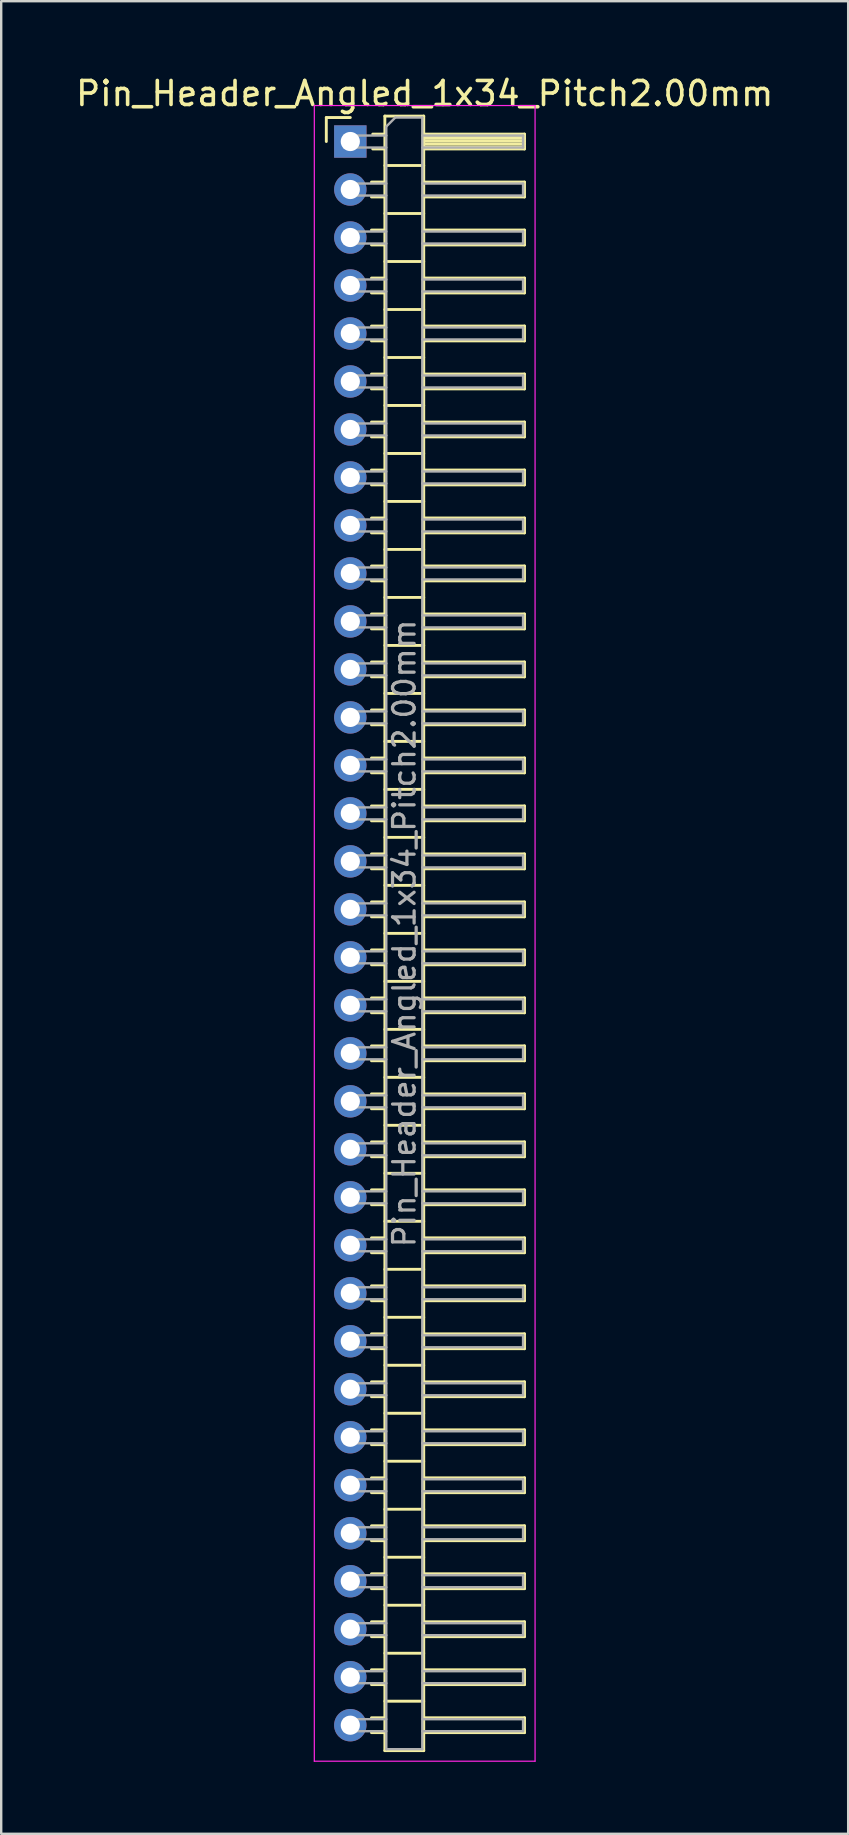
<source format=kicad_pcb>
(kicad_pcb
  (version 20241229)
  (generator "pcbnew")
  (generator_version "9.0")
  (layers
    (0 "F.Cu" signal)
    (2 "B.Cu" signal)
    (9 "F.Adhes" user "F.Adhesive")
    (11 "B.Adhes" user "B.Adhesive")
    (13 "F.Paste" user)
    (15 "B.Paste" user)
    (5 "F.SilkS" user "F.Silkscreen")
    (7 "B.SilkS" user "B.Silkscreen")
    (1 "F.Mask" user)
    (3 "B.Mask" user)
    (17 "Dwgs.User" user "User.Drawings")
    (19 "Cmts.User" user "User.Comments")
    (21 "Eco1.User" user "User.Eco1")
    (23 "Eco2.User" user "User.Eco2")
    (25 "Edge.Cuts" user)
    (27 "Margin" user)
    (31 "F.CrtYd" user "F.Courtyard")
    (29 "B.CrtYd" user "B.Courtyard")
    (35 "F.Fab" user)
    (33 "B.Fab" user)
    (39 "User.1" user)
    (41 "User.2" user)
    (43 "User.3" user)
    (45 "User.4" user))
  (footprint "Pin_Header_Angled_1x34_Pitch2.00mm"
    (layer "F.Cu")
    (at 11.549 2.848)
    (property "Reference" "Pin_Header_Angled_1x34_Pitch2.00mm" (at 3.1 -2 0) (layer "F.SilkS") (effects (font (size 1 1) (thickness 0.15))))
    (attr through_hole)
    (fp_line (start -1 -1) (end 0 -1) (stroke (width 0.12) (type solid)) (layer "F.SilkS"))
    (fp_line (start -1 0) (end -1 -1) (stroke (width 0.12) (type solid)) (layer "F.SilkS"))
    (fp_line (start 0.882 1.69) (end 1.44 1.69) (stroke (width 0.12) (type solid)) (layer "F.SilkS"))
    (fp_line (start 0.882 2.31) (end 1.44 2.31) (stroke (width 0.12) (type solid)) (layer "F.SilkS"))
    (fp_line (start 0.882 3.69) (end 1.44 3.69) (stroke (width 0.12) (type solid)) (layer "F.SilkS"))
    (fp_line (start 0.882 4.31) (end 1.44 4.31) (stroke (width 0.12) (type solid)) (layer "F.SilkS"))
    (fp_line (start 0.882 5.69) (end 1.44 5.69) (stroke (width 0.12) (type solid)) (layer "F.SilkS"))
    (fp_line (start 0.882 6.31) (end 1.44 6.31) (stroke (width 0.12) (type solid)) (layer "F.SilkS"))
    (fp_line (start 0.882 7.69) (end 1.44 7.69) (stroke (width 0.12) (type solid)) (layer "F.SilkS"))
    (fp_line (start 0.882 8.31) (end 1.44 8.31) (stroke (width 0.12) (type solid)) (layer "F.SilkS"))
    (fp_line (start 0.882 9.69) (end 1.44 9.69) (stroke (width 0.12) (type solid)) (layer "F.SilkS"))
    (fp_line (start 0.882 10.31) (end 1.44 10.31) (stroke (width 0.12) (type solid)) (layer "F.SilkS"))
    (fp_line (start 0.882 11.69) (end 1.44 11.69) (stroke (width 0.12) (type solid)) (layer "F.SilkS"))
    (fp_line (start 0.882 12.31) (end 1.44 12.31) (stroke (width 0.12) (type solid)) (layer "F.SilkS"))
    (fp_line (start 0.882 13.69) (end 1.44 13.69) (stroke (width 0.12) (type solid)) (layer "F.SilkS"))
    (fp_line (start 0.882 14.31) (end 1.44 14.31) (stroke (width 0.12) (type solid)) (layer "F.SilkS"))
    (fp_line (start 0.882 15.69) (end 1.44 15.69) (stroke (width 0.12) (type solid)) (layer "F.SilkS"))
    (fp_line (start 0.882 16.31) (end 1.44 16.31) (stroke (width 0.12) (type solid)) (layer "F.SilkS"))
    (fp_line (start 0.882 17.69) (end 1.44 17.69) (stroke (width 0.12) (type solid)) (layer "F.SilkS"))
    (fp_line (start 0.882 18.31) (end 1.44 18.31) (stroke (width 0.12) (type solid)) (layer "F.SilkS"))
    (fp_line (start 0.882 19.69) (end 1.44 19.69) (stroke (width 0.12) (type solid)) (layer "F.SilkS"))
    (fp_line (start 0.882 20.31) (end 1.44 20.31) (stroke (width 0.12) (type solid)) (layer "F.SilkS"))
    (fp_line (start 0.882 21.69) (end 1.44 21.69) (stroke (width 0.12) (type solid)) (layer "F.SilkS"))
    (fp_line (start 0.882 22.31) (end 1.44 22.31) (stroke (width 0.12) (type solid)) (layer "F.SilkS"))
    (fp_line (start 0.882 23.69) (end 1.44 23.69) (stroke (width 0.12) (type solid)) (layer "F.SilkS"))
    (fp_line (start 0.882 24.31) (end 1.44 24.31) (stroke (width 0.12) (type solid)) (layer "F.SilkS"))
    (fp_line (start 0.882 25.69) (end 1.44 25.69) (stroke (width 0.12) (type solid)) (layer "F.SilkS"))
    (fp_line (start 0.882 26.31) (end 1.44 26.31) (stroke (width 0.12) (type solid)) (layer "F.SilkS"))
    (fp_line (start 0.882 27.69) (end 1.44 27.69) (stroke (width 0.12) (type solid)) (layer "F.SilkS"))
    (fp_line (start 0.882 28.31) (end 1.44 28.31) (stroke (width 0.12) (type solid)) (layer "F.SilkS"))
    (fp_line (start 0.882 29.69) (end 1.44 29.69) (stroke (width 0.12) (type solid)) (layer "F.SilkS"))
    (fp_line (start 0.882 30.31) (end 1.44 30.31) (stroke (width 0.12) (type solid)) (layer "F.SilkS"))
    (fp_line (start 0.882 31.69) (end 1.44 31.69) (stroke (width 0.12) (type solid)) (layer "F.SilkS"))
    (fp_line (start 0.882 32.31) (end 1.44 32.31) (stroke (width 0.12) (type solid)) (layer "F.SilkS"))
    (fp_line (start 0.882 33.69) (end 1.44 33.69) (stroke (width 0.12) (type solid)) (layer "F.SilkS"))
    (fp_line (start 0.882 34.31) (end 1.44 34.31) (stroke (width 0.12) (type solid)) (layer "F.SilkS"))
    (fp_line (start 0.882 35.69) (end 1.44 35.69) (stroke (width 0.12) (type solid)) (layer "F.SilkS"))
    (fp_line (start 0.882 36.31) (end 1.44 36.31) (stroke (width 0.12) (type solid)) (layer "F.SilkS"))
    (fp_line (start 0.882 37.69) (end 1.44 37.69) (stroke (width 0.12) (type solid)) (layer "F.SilkS"))
    (fp_line (start 0.882 38.31) (end 1.44 38.31) (stroke (width 0.12) (type solid)) (layer "F.SilkS"))
    (fp_line (start 0.882 39.69) (end 1.44 39.69) (stroke (width 0.12) (type solid)) (layer "F.SilkS"))
    (fp_line (start 0.882 40.31) (end 1.44 40.31) (stroke (width 0.12) (type solid)) (layer "F.SilkS"))
    (fp_line (start 0.882 41.69) (end 1.44 41.69) (stroke (width 0.12) (type solid)) (layer "F.SilkS"))
    (fp_line (start 0.882 42.31) (end 1.44 42.31) (stroke (width 0.12) (type solid)) (layer "F.SilkS"))
    (fp_line (start 0.882 43.69) (end 1.44 43.69) (stroke (width 0.12) (type solid)) (layer "F.SilkS"))
    (fp_line (start 0.882 44.31) (end 1.44 44.31) (stroke (width 0.12) (type solid)) (layer "F.SilkS"))
    (fp_line (start 0.882 45.69) (end 1.44 45.69) (stroke (width 0.12) (type solid)) (layer "F.SilkS"))
    (fp_line (start 0.882 46.31) (end 1.44 46.31) (stroke (width 0.12) (type solid)) (layer "F.SilkS"))
    (fp_line (start 0.882 47.69) (end 1.44 47.69) (stroke (width 0.12) (type solid)) (layer "F.SilkS"))
    (fp_line (start 0.882 48.31) (end 1.44 48.31) (stroke (width 0.12) (type solid)) (layer "F.SilkS"))
    (fp_line (start 0.882 49.69) (end 1.44 49.69) (stroke (width 0.12) (type solid)) (layer "F.SilkS"))
    (fp_line (start 0.882 50.31) (end 1.44 50.31) (stroke (width 0.12) (type solid)) (layer "F.SilkS"))
    (fp_line (start 0.882 51.69) (end 1.44 51.69) (stroke (width 0.12) (type solid)) (layer "F.SilkS"))
    (fp_line (start 0.882 52.31) (end 1.44 52.31) (stroke (width 0.12) (type solid)) (layer "F.SilkS"))
    (fp_line (start 0.882 53.69) (end 1.44 53.69) (stroke (width 0.12) (type solid)) (layer "F.SilkS"))
    (fp_line (start 0.882 54.31) (end 1.44 54.31) (stroke (width 0.12) (type solid)) (layer "F.SilkS"))
    (fp_line (start 0.882 55.69) (end 1.44 55.69) (stroke (width 0.12) (type solid)) (layer "F.SilkS"))
    (fp_line (start 0.882 56.31) (end 1.44 56.31) (stroke (width 0.12) (type solid)) (layer "F.SilkS"))
    (fp_line (start 0.882 57.69) (end 1.44 57.69) (stroke (width 0.12) (type solid)) (layer "F.SilkS"))
    (fp_line (start 0.882 58.31) (end 1.44 58.31) (stroke (width 0.12) (type solid)) (layer "F.SilkS"))
    (fp_line (start 0.882 59.69) (end 1.44 59.69) (stroke (width 0.12) (type solid)) (layer "F.SilkS"))
    (fp_line (start 0.882 60.31) (end 1.44 60.31) (stroke (width 0.12) (type solid)) (layer "F.SilkS"))
    (fp_line (start 0.882 61.69) (end 1.44 61.69) (stroke (width 0.12) (type solid)) (layer "F.SilkS"))
    (fp_line (start 0.882 62.31) (end 1.44 62.31) (stroke (width 0.12) (type solid)) (layer "F.SilkS"))
    (fp_line (start 0.882 63.69) (end 1.44 63.69) (stroke (width 0.12) (type solid)) (layer "F.SilkS"))
    (fp_line (start 0.882 64.31) (end 1.44 64.31) (stroke (width 0.12) (type solid)) (layer "F.SilkS"))
    (fp_line (start 0.882 65.69) (end 1.44 65.69) (stroke (width 0.12) (type solid)) (layer "F.SilkS"))
    (fp_line (start 0.882 66.31) (end 1.44 66.31) (stroke (width 0.12) (type solid)) (layer "F.SilkS"))
    (fp_line (start 0.935 -0.31) (end 1.44 -0.31) (stroke (width 0.12) (type solid)) (layer "F.SilkS"))
    (fp_line (start 0.935 0.31) (end 1.44 0.31) (stroke (width 0.12) (type solid)) (layer "F.SilkS"))
    (fp_line (start 1.44 -1.06) (end 1.44 67.06) (stroke (width 0.12) (type solid)) (layer "F.SilkS"))
    (fp_line (start 1.44 1) (end 3.06 1) (stroke (width 0.12) (type solid)) (layer "F.SilkS"))
    (fp_line (start 1.44 3) (end 3.06 3) (stroke (width 0.12) (type solid)) (layer "F.SilkS"))
    (fp_line (start 1.44 5) (end 3.06 5) (stroke (width 0.12) (type solid)) (layer "F.SilkS"))
    (fp_line (start 1.44 7) (end 3.06 7) (stroke (width 0.12) (type solid)) (layer "F.SilkS"))
    (fp_line (start 1.44 9) (end 3.06 9) (stroke (width 0.12) (type solid)) (layer "F.SilkS"))
    (fp_line (start 1.44 11) (end 3.06 11) (stroke (width 0.12) (type solid)) (layer "F.SilkS"))
    (fp_line (start 1.44 13) (end 3.06 13) (stroke (width 0.12) (type solid)) (layer "F.SilkS"))
    (fp_line (start 1.44 15) (end 3.06 15) (stroke (width 0.12) (type solid)) (layer "F.SilkS"))
    (fp_line (start 1.44 17) (end 3.06 17) (stroke (width 0.12) (type solid)) (layer "F.SilkS"))
    (fp_line (start 1.44 19) (end 3.06 19) (stroke (width 0.12) (type solid)) (layer "F.SilkS"))
    (fp_line (start 1.44 21) (end 3.06 21) (stroke (width 0.12) (type solid)) (layer "F.SilkS"))
    (fp_line (start 1.44 23) (end 3.06 23) (stroke (width 0.12) (type solid)) (layer "F.SilkS"))
    (fp_line (start 1.44 25) (end 3.06 25) (stroke (width 0.12) (type solid)) (layer "F.SilkS"))
    (fp_line (start 1.44 27) (end 3.06 27) (stroke (width 0.12) (type solid)) (layer "F.SilkS"))
    (fp_line (start 1.44 29) (end 3.06 29) (stroke (width 0.12) (type solid)) (layer "F.SilkS"))
    (fp_line (start 1.44 31) (end 3.06 31) (stroke (width 0.12) (type solid)) (layer "F.SilkS"))
    (fp_line (start 1.44 33) (end 3.06 33) (stroke (width 0.12) (type solid)) (layer "F.SilkS"))
    (fp_line (start 1.44 35) (end 3.06 35) (stroke (width 0.12) (type solid)) (layer "F.SilkS"))
    (fp_line (start 1.44 37) (end 3.06 37) (stroke (width 0.12) (type solid)) (layer "F.SilkS"))
    (fp_line (start 1.44 39) (end 3.06 39) (stroke (width 0.12) (type solid)) (layer "F.SilkS"))
    (fp_line (start 1.44 41) (end 3.06 41) (stroke (width 0.12) (type solid)) (layer "F.SilkS"))
    (fp_line (start 1.44 43) (end 3.06 43) (stroke (width 0.12) (type solid)) (layer "F.SilkS"))
    (fp_line (start 1.44 45) (end 3.06 45) (stroke (width 0.12) (type solid)) (layer "F.SilkS"))
    (fp_line (start 1.44 47) (end 3.06 47) (stroke (width 0.12) (type solid)) (layer "F.SilkS"))
    (fp_line (start 1.44 49) (end 3.06 49) (stroke (width 0.12) (type solid)) (layer "F.SilkS"))
    (fp_line (start 1.44 51) (end 3.06 51) (stroke (width 0.12) (type solid)) (layer "F.SilkS"))
    (fp_line (start 1.44 53) (end 3.06 53) (stroke (width 0.12) (type solid)) (layer "F.SilkS"))
    (fp_line (start 1.44 55) (end 3.06 55) (stroke (width 0.12) (type solid)) (layer "F.SilkS"))
    (fp_line (start 1.44 57) (end 3.06 57) (stroke (width 0.12) (type solid)) (layer "F.SilkS"))
    (fp_line (start 1.44 59) (end 3.06 59) (stroke (width 0.12) (type solid)) (layer "F.SilkS"))
    (fp_line (start 1.44 61) (end 3.06 61) (stroke (width 0.12) (type solid)) (layer "F.SilkS"))
    (fp_line (start 1.44 63) (end 3.06 63) (stroke (width 0.12) (type solid)) (layer "F.SilkS"))
    (fp_line (start 1.44 65) (end 3.06 65) (stroke (width 0.12) (type solid)) (layer "F.SilkS"))
    (fp_line (start 1.44 67.06) (end 3.06 67.06) (stroke (width 0.12) (type solid)) (layer "F.SilkS"))
    (fp_line (start 3.06 -1.06) (end 1.44 -1.06) (stroke (width 0.12) (type solid)) (layer "F.SilkS"))
    (fp_line (start 3.06 -0.31) (end 7.26 -0.31) (stroke (width 0.12) (type solid)) (layer "F.SilkS"))
    (fp_line (start 3.06 -0.25) (end 7.26 -0.25) (stroke (width 0.12) (type solid)) (layer "F.SilkS"))
    (fp_line (start 3.06 -0.13) (end 7.26 -0.13) (stroke (width 0.12) (type solid)) (layer "F.SilkS"))
    (fp_line (start 3.06 -0.01) (end 7.26 -0.01) (stroke (width 0.12) (type solid)) (layer "F.SilkS"))
    (fp_line (start 3.06 0.11) (end 7.26 0.11) (stroke (width 0.12) (type solid)) (layer "F.SilkS"))
    (fp_line (start 3.06 0.23) (end 7.26 0.23) (stroke (width 0.12) (type solid)) (layer "F.SilkS"))
    (fp_line (start 3.06 1.69) (end 7.26 1.69) (stroke (width 0.12) (type solid)) (layer "F.SilkS"))
    (fp_line (start 3.06 3.69) (end 7.26 3.69) (stroke (width 0.12) (type solid)) (layer "F.SilkS"))
    (fp_line (start 3.06 5.69) (end 7.26 5.69) (stroke (width 0.12) (type solid)) (layer "F.SilkS"))
    (fp_line (start 3.06 7.69) (end 7.26 7.69) (stroke (width 0.12) (type solid)) (layer "F.SilkS"))
    (fp_line (start 3.06 9.69) (end 7.26 9.69) (stroke (width 0.12) (type solid)) (layer "F.SilkS"))
    (fp_line (start 3.06 11.69) (end 7.26 11.69) (stroke (width 0.12) (type solid)) (layer "F.SilkS"))
    (fp_line (start 3.06 13.69) (end 7.26 13.69) (stroke (width 0.12) (type solid)) (layer "F.SilkS"))
    (fp_line (start 3.06 15.69) (end 7.26 15.69) (stroke (width 0.12) (type solid)) (layer "F.SilkS"))
    (fp_line (start 3.06 17.69) (end 7.26 17.69) (stroke (width 0.12) (type solid)) (layer "F.SilkS"))
    (fp_line (start 3.06 19.69) (end 7.26 19.69) (stroke (width 0.12) (type solid)) (layer "F.SilkS"))
    (fp_line (start 3.06 21.69) (end 7.26 21.69) (stroke (width 0.12) (type solid)) (layer "F.SilkS"))
    (fp_line (start 3.06 23.69) (end 7.26 23.69) (stroke (width 0.12) (type solid)) (layer "F.SilkS"))
    (fp_line (start 3.06 25.69) (end 7.26 25.69) (stroke (width 0.12) (type solid)) (layer "F.SilkS"))
    (fp_line (start 3.06 27.69) (end 7.26 27.69) (stroke (width 0.12) (type solid)) (layer "F.SilkS"))
    (fp_line (start 3.06 29.69) (end 7.26 29.69) (stroke (width 0.12) (type solid)) (layer "F.SilkS"))
    (fp_line (start 3.06 31.69) (end 7.26 31.69) (stroke (width 0.12) (type solid)) (layer "F.SilkS"))
    (fp_line (start 3.06 33.69) (end 7.26 33.69) (stroke (width 0.12) (type solid)) (layer "F.SilkS"))
    (fp_line (start 3.06 35.69) (end 7.26 35.69) (stroke (width 0.12) (type solid)) (layer "F.SilkS"))
    (fp_line (start 3.06 37.69) (end 7.26 37.69) (stroke (width 0.12) (type solid)) (layer "F.SilkS"))
    (fp_line (start 3.06 39.69) (end 7.26 39.69) (stroke (width 0.12) (type solid)) (layer "F.SilkS"))
    (fp_line (start 3.06 41.69) (end 7.26 41.69) (stroke (width 0.12) (type solid)) (layer "F.SilkS"))
    (fp_line (start 3.06 43.69) (end 7.26 43.69) (stroke (width 0.12) (type solid)) (layer "F.SilkS"))
    (fp_line (start 3.06 45.69) (end 7.26 45.69) (stroke (width 0.12) (type solid)) (layer "F.SilkS"))
    (fp_line (start 3.06 47.69) (end 7.26 47.69) (stroke (width 0.12) (type solid)) (layer "F.SilkS"))
    (fp_line (start 3.06 49.69) (end 7.26 49.69) (stroke (width 0.12) (type solid)) (layer "F.SilkS"))
    (fp_line (start 3.06 51.69) (end 7.26 51.69) (stroke (width 0.12) (type solid)) (layer "F.SilkS"))
    (fp_line (start 3.06 53.69) (end 7.26 53.69) (stroke (width 0.12) (type solid)) (layer "F.SilkS"))
    (fp_line (start 3.06 55.69) (end 7.26 55.69) (stroke (width 0.12) (type solid)) (layer "F.SilkS"))
    (fp_line (start 3.06 57.69) (end 7.26 57.69) (stroke (width 0.12) (type solid)) (layer "F.SilkS"))
    (fp_line (start 3.06 59.69) (end 7.26 59.69) (stroke (width 0.12) (type solid)) (layer "F.SilkS"))
    (fp_line (start 3.06 61.69) (end 7.26 61.69) (stroke (width 0.12) (type solid)) (layer "F.SilkS"))
    (fp_line (start 3.06 63.69) (end 7.26 63.69) (stroke (width 0.12) (type solid)) (layer "F.SilkS"))
    (fp_line (start 3.06 65.69) (end 7.26 65.69) (stroke (width 0.12) (type solid)) (layer "F.SilkS"))
    (fp_line (start 3.06 67.06) (end 3.06 -1.06) (stroke (width 0.12) (type solid)) (layer "F.SilkS"))
    (fp_line (start 7.26 -0.31) (end 7.26 0.31) (stroke (width 0.12) (type solid)) (layer "F.SilkS"))
    (fp_line (start 7.26 0.31) (end 3.06 0.31) (stroke (width 0.12) (type solid)) (layer "F.SilkS"))
    (fp_line (start 7.26 1.69) (end 7.26 2.31) (stroke (width 0.12) (type solid)) (layer "F.SilkS"))
    (fp_line (start 7.26 2.31) (end 3.06 2.31) (stroke (width 0.12) (type solid)) (layer "F.SilkS"))
    (fp_line (start 7.26 3.69) (end 7.26 4.31) (stroke (width 0.12) (type solid)) (layer "F.SilkS"))
    (fp_line (start 7.26 4.31) (end 3.06 4.31) (stroke (width 0.12) (type solid)) (layer "F.SilkS"))
    (fp_line (start 7.26 5.69) (end 7.26 6.31) (stroke (width 0.12) (type solid)) (layer "F.SilkS"))
    (fp_line (start 7.26 6.31) (end 3.06 6.31) (stroke (width 0.12) (type solid)) (layer "F.SilkS"))
    (fp_line (start 7.26 7.69) (end 7.26 8.31) (stroke (width 0.12) (type solid)) (layer "F.SilkS"))
    (fp_line (start 7.26 8.31) (end 3.06 8.31) (stroke (width 0.12) (type solid)) (layer "F.SilkS"))
    (fp_line (start 7.26 9.69) (end 7.26 10.31) (stroke (width 0.12) (type solid)) (layer "F.SilkS"))
    (fp_line (start 7.26 10.31) (end 3.06 10.31) (stroke (width 0.12) (type solid)) (layer "F.SilkS"))
    (fp_line (start 7.26 11.69) (end 7.26 12.31) (stroke (width 0.12) (type solid)) (layer "F.SilkS"))
    (fp_line (start 7.26 12.31) (end 3.06 12.31) (stroke (width 0.12) (type solid)) (layer "F.SilkS"))
    (fp_line (start 7.26 13.69) (end 7.26 14.31) (stroke (width 0.12) (type solid)) (layer "F.SilkS"))
    (fp_line (start 7.26 14.31) (end 3.06 14.31) (stroke (width 0.12) (type solid)) (layer "F.SilkS"))
    (fp_line (start 7.26 15.69) (end 7.26 16.31) (stroke (width 0.12) (type solid)) (layer "F.SilkS"))
    (fp_line (start 7.26 16.31) (end 3.06 16.31) (stroke (width 0.12) (type solid)) (layer "F.SilkS"))
    (fp_line (start 7.26 17.69) (end 7.26 18.31) (stroke (width 0.12) (type solid)) (layer "F.SilkS"))
    (fp_line (start 7.26 18.31) (end 3.06 18.31) (stroke (width 0.12) (type solid)) (layer "F.SilkS"))
    (fp_line (start 7.26 19.69) (end 7.26 20.31) (stroke (width 0.12) (type solid)) (layer "F.SilkS"))
    (fp_line (start 7.26 20.31) (end 3.06 20.31) (stroke (width 0.12) (type solid)) (layer "F.SilkS"))
    (fp_line (start 7.26 21.69) (end 7.26 22.31) (stroke (width 0.12) (type solid)) (layer "F.SilkS"))
    (fp_line (start 7.26 22.31) (end 3.06 22.31) (stroke (width 0.12) (type solid)) (layer "F.SilkS"))
    (fp_line (start 7.26 23.69) (end 7.26 24.31) (stroke (width 0.12) (type solid)) (layer "F.SilkS"))
    (fp_line (start 7.26 24.31) (end 3.06 24.31) (stroke (width 0.12) (type solid)) (layer "F.SilkS"))
    (fp_line (start 7.26 25.69) (end 7.26 26.31) (stroke (width 0.12) (type solid)) (layer "F.SilkS"))
    (fp_line (start 7.26 26.31) (end 3.06 26.31) (stroke (width 0.12) (type solid)) (layer "F.SilkS"))
    (fp_line (start 7.26 27.69) (end 7.26 28.31) (stroke (width 0.12) (type solid)) (layer "F.SilkS"))
    (fp_line (start 7.26 28.31) (end 3.06 28.31) (stroke (width 0.12) (type solid)) (layer "F.SilkS"))
    (fp_line (start 7.26 29.69) (end 7.26 30.31) (stroke (width 0.12) (type solid)) (layer "F.SilkS"))
    (fp_line (start 7.26 30.31) (end 3.06 30.31) (stroke (width 0.12) (type solid)) (layer "F.SilkS"))
    (fp_line (start 7.26 31.69) (end 7.26 32.31) (stroke (width 0.12) (type solid)) (layer "F.SilkS"))
    (fp_line (start 7.26 32.31) (end 3.06 32.31) (stroke (width 0.12) (type solid)) (layer "F.SilkS"))
    (fp_line (start 7.26 33.69) (end 7.26 34.31) (stroke (width 0.12) (type solid)) (layer "F.SilkS"))
    (fp_line (start 7.26 34.31) (end 3.06 34.31) (stroke (width 0.12) (type solid)) (layer "F.SilkS"))
    (fp_line (start 7.26 35.69) (end 7.26 36.31) (stroke (width 0.12) (type solid)) (layer "F.SilkS"))
    (fp_line (start 7.26 36.31) (end 3.06 36.31) (stroke (width 0.12) (type solid)) (layer "F.SilkS"))
    (fp_line (start 7.26 37.69) (end 7.26 38.31) (stroke (width 0.12) (type solid)) (layer "F.SilkS"))
    (fp_line (start 7.26 38.31) (end 3.06 38.31) (stroke (width 0.12) (type solid)) (layer "F.SilkS"))
    (fp_line (start 7.26 39.69) (end 7.26 40.31) (stroke (width 0.12) (type solid)) (layer "F.SilkS"))
    (fp_line (start 7.26 40.31) (end 3.06 40.31) (stroke (width 0.12) (type solid)) (layer "F.SilkS"))
    (fp_line (start 7.26 41.69) (end 7.26 42.31) (stroke (width 0.12) (type solid)) (layer "F.SilkS"))
    (fp_line (start 7.26 42.31) (end 3.06 42.31) (stroke (width 0.12) (type solid)) (layer "F.SilkS"))
    (fp_line (start 7.26 43.69) (end 7.26 44.31) (stroke (width 0.12) (type solid)) (layer "F.SilkS"))
    (fp_line (start 7.26 44.31) (end 3.06 44.31) (stroke (width 0.12) (type solid)) (layer "F.SilkS"))
    (fp_line (start 7.26 45.69) (end 7.26 46.31) (stroke (width 0.12) (type solid)) (layer "F.SilkS"))
    (fp_line (start 7.26 46.31) (end 3.06 46.31) (stroke (width 0.12) (type solid)) (layer "F.SilkS"))
    (fp_line (start 7.26 47.69) (end 7.26 48.31) (stroke (width 0.12) (type solid)) (layer "F.SilkS"))
    (fp_line (start 7.26 48.31) (end 3.06 48.31) (stroke (width 0.12) (type solid)) (layer "F.SilkS"))
    (fp_line (start 7.26 49.69) (end 7.26 50.31) (stroke (width 0.12) (type solid)) (layer "F.SilkS"))
    (fp_line (start 7.26 50.31) (end 3.06 50.31) (stroke (width 0.12) (type solid)) (layer "F.SilkS"))
    (fp_line (start 7.26 51.69) (end 7.26 52.31) (stroke (width 0.12) (type solid)) (layer "F.SilkS"))
    (fp_line (start 7.26 52.31) (end 3.06 52.31) (stroke (width 0.12) (type solid)) (layer "F.SilkS"))
    (fp_line (start 7.26 53.69) (end 7.26 54.31) (stroke (width 0.12) (type solid)) (layer "F.SilkS"))
    (fp_line (start 7.26 54.31) (end 3.06 54.31) (stroke (width 0.12) (type solid)) (layer "F.SilkS"))
    (fp_line (start 7.26 55.69) (end 7.26 56.31) (stroke (width 0.12) (type solid)) (layer "F.SilkS"))
    (fp_line (start 7.26 56.31) (end 3.06 56.31) (stroke (width 0.12) (type solid)) (layer "F.SilkS"))
    (fp_line (start 7.26 57.69) (end 7.26 58.31) (stroke (width 0.12) (type solid)) (layer "F.SilkS"))
    (fp_line (start 7.26 58.31) (end 3.06 58.31) (stroke (width 0.12) (type solid)) (layer "F.SilkS"))
    (fp_line (start 7.26 59.69) (end 7.26 60.31) (stroke (width 0.12) (type solid)) (layer "F.SilkS"))
    (fp_line (start 7.26 60.31) (end 3.06 60.31) (stroke (width 0.12) (type solid)) (layer "F.SilkS"))
    (fp_line (start 7.26 61.69) (end 7.26 62.31) (stroke (width 0.12) (type solid)) (layer "F.SilkS"))
    (fp_line (start 7.26 62.31) (end 3.06 62.31) (stroke (width 0.12) (type solid)) (layer "F.SilkS"))
    (fp_line (start 7.26 63.69) (end 7.26 64.31) (stroke (width 0.12) (type solid)) (layer "F.SilkS"))
    (fp_line (start 7.26 64.31) (end 3.06 64.31) (stroke (width 0.12) (type solid)) (layer "F.SilkS"))
    (fp_line (start 7.26 65.69) (end 7.26 66.31) (stroke (width 0.12) (type solid)) (layer "F.SilkS"))
    (fp_line (start 7.26 66.31) (end 3.06 66.31) (stroke (width 0.12) (type solid)) (layer "F.SilkS"))
    (fp_line (start -1.5 -1.5) (end -1.5 67.5) (stroke (width 0.05) (type solid)) (layer "F.CrtYd"))
    (fp_line (start -1.5 67.5) (end 7.7 67.5) (stroke (width 0.05) (type solid)) (layer "F.CrtYd"))
    (fp_line (start 7.7 -1.5) (end -1.5 -1.5) (stroke (width 0.05) (type solid)) (layer "F.CrtYd"))
    (fp_line (start 7.7 67.5) (end 7.7 -1.5) (stroke (width 0.05) (type solid)) (layer "F.CrtYd"))
    (fp_line (start -0.25 -0.25) (end -0.25 0.25) (stroke (width 0.1) (type solid)) (layer "F.Fab"))
    (fp_line (start -0.25 -0.25) (end 1.5 -0.25) (stroke (width 0.1) (type solid)) (layer "F.Fab"))
    (fp_line (start -0.25 0.25) (end 1.5 0.25) (stroke (width 0.1) (type solid)) (layer "F.Fab"))
    (fp_line (start -0.25 1.75) (end -0.25 2.25) (stroke (width 0.1) (type solid)) (layer "F.Fab"))
    (fp_line (start -0.25 1.75) (end 1.5 1.75) (stroke (width 0.1) (type solid)) (layer "F.Fab"))
    (fp_line (start -0.25 2.25) (end 1.5 2.25) (stroke (width 0.1) (type solid)) (layer "F.Fab"))
    (fp_line (start -0.25 3.75) (end -0.25 4.25) (stroke (width 0.1) (type solid)) (layer "F.Fab"))
    (fp_line (start -0.25 3.75) (end 1.5 3.75) (stroke (width 0.1) (type solid)) (layer "F.Fab"))
    (fp_line (start -0.25 4.25) (end 1.5 4.25) (stroke (width 0.1) (type solid)) (layer "F.Fab"))
    (fp_line (start -0.25 5.75) (end -0.25 6.25) (stroke (width 0.1) (type solid)) (layer "F.Fab"))
    (fp_line (start -0.25 5.75) (end 1.5 5.75) (stroke (width 0.1) (type solid)) (layer "F.Fab"))
    (fp_line (start -0.25 6.25) (end 1.5 6.25) (stroke (width 0.1) (type solid)) (layer "F.Fab"))
    (fp_line (start -0.25 7.75) (end -0.25 8.25) (stroke (width 0.1) (type solid)) (layer "F.Fab"))
    (fp_line (start -0.25 7.75) (end 1.5 7.75) (stroke (width 0.1) (type solid)) (layer "F.Fab"))
    (fp_line (start -0.25 8.25) (end 1.5 8.25) (stroke (width 0.1) (type solid)) (layer "F.Fab"))
    (fp_line (start -0.25 9.75) (end -0.25 10.25) (stroke (width 0.1) (type solid)) (layer "F.Fab"))
    (fp_line (start -0.25 9.75) (end 1.5 9.75) (stroke (width 0.1) (type solid)) (layer "F.Fab"))
    (fp_line (start -0.25 10.25) (end 1.5 10.25) (stroke (width 0.1) (type solid)) (layer "F.Fab"))
    (fp_line (start -0.25 11.75) (end -0.25 12.25) (stroke (width 0.1) (type solid)) (layer "F.Fab"))
    (fp_line (start -0.25 11.75) (end 1.5 11.75) (stroke (width 0.1) (type solid)) (layer "F.Fab"))
    (fp_line (start -0.25 12.25) (end 1.5 12.25) (stroke (width 0.1) (type solid)) (layer "F.Fab"))
    (fp_line (start -0.25 13.75) (end -0.25 14.25) (stroke (width 0.1) (type solid)) (layer "F.Fab"))
    (fp_line (start -0.25 13.75) (end 1.5 13.75) (stroke (width 0.1) (type solid)) (layer "F.Fab"))
    (fp_line (start -0.25 14.25) (end 1.5 14.25) (stroke (width 0.1) (type solid)) (layer "F.Fab"))
    (fp_line (start -0.25 15.75) (end -0.25 16.25) (stroke (width 0.1) (type solid)) (layer "F.Fab"))
    (fp_line (start -0.25 15.75) (end 1.5 15.75) (stroke (width 0.1) (type solid)) (layer "F.Fab"))
    (fp_line (start -0.25 16.25) (end 1.5 16.25) (stroke (width 0.1) (type solid)) (layer "F.Fab"))
    (fp_line (start -0.25 17.75) (end -0.25 18.25) (stroke (width 0.1) (type solid)) (layer "F.Fab"))
    (fp_line (start -0.25 17.75) (end 1.5 17.75) (stroke (width 0.1) (type solid)) (layer "F.Fab"))
    (fp_line (start -0.25 18.25) (end 1.5 18.25) (stroke (width 0.1) (type solid)) (layer "F.Fab"))
    (fp_line (start -0.25 19.75) (end -0.25 20.25) (stroke (width 0.1) (type solid)) (layer "F.Fab"))
    (fp_line (start -0.25 19.75) (end 1.5 19.75) (stroke (width 0.1) (type solid)) (layer "F.Fab"))
    (fp_line (start -0.25 20.25) (end 1.5 20.25) (stroke (width 0.1) (type solid)) (layer "F.Fab"))
    (fp_line (start -0.25 21.75) (end -0.25 22.25) (stroke (width 0.1) (type solid)) (layer "F.Fab"))
    (fp_line (start -0.25 21.75) (end 1.5 21.75) (stroke (width 0.1) (type solid)) (layer "F.Fab"))
    (fp_line (start -0.25 22.25) (end 1.5 22.25) (stroke (width 0.1) (type solid)) (layer "F.Fab"))
    (fp_line (start -0.25 23.75) (end -0.25 24.25) (stroke (width 0.1) (type solid)) (layer "F.Fab"))
    (fp_line (start -0.25 23.75) (end 1.5 23.75) (stroke (width 0.1) (type solid)) (layer "F.Fab"))
    (fp_line (start -0.25 24.25) (end 1.5 24.25) (stroke (width 0.1) (type solid)) (layer "F.Fab"))
    (fp_line (start -0.25 25.75) (end -0.25 26.25) (stroke (width 0.1) (type solid)) (layer "F.Fab"))
    (fp_line (start -0.25 25.75) (end 1.5 25.75) (stroke (width 0.1) (type solid)) (layer "F.Fab"))
    (fp_line (start -0.25 26.25) (end 1.5 26.25) (stroke (width 0.1) (type solid)) (layer "F.Fab"))
    (fp_line (start -0.25 27.75) (end -0.25 28.25) (stroke (width 0.1) (type solid)) (layer "F.Fab"))
    (fp_line (start -0.25 27.75) (end 1.5 27.75) (stroke (width 0.1) (type solid)) (layer "F.Fab"))
    (fp_line (start -0.25 28.25) (end 1.5 28.25) (stroke (width 0.1) (type solid)) (layer "F.Fab"))
    (fp_line (start -0.25 29.75) (end -0.25 30.25) (stroke (width 0.1) (type solid)) (layer "F.Fab"))
    (fp_line (start -0.25 29.75) (end 1.5 29.75) (stroke (width 0.1) (type solid)) (layer "F.Fab"))
    (fp_line (start -0.25 30.25) (end 1.5 30.25) (stroke (width 0.1) (type solid)) (layer "F.Fab"))
    (fp_line (start -0.25 31.75) (end -0.25 32.25) (stroke (width 0.1) (type solid)) (layer "F.Fab"))
    (fp_line (start -0.25 31.75) (end 1.5 31.75) (stroke (width 0.1) (type solid)) (layer "F.Fab"))
    (fp_line (start -0.25 32.25) (end 1.5 32.25) (stroke (width 0.1) (type solid)) (layer "F.Fab"))
    (fp_line (start -0.25 33.75) (end -0.25 34.25) (stroke (width 0.1) (type solid)) (layer "F.Fab"))
    (fp_line (start -0.25 33.75) (end 1.5 33.75) (stroke (width 0.1) (type solid)) (layer "F.Fab"))
    (fp_line (start -0.25 34.25) (end 1.5 34.25) (stroke (width 0.1) (type solid)) (layer "F.Fab"))
    (fp_line (start -0.25 35.75) (end -0.25 36.25) (stroke (width 0.1) (type solid)) (layer "F.Fab"))
    (fp_line (start -0.25 35.75) (end 1.5 35.75) (stroke (width 0.1) (type solid)) (layer "F.Fab"))
    (fp_line (start -0.25 36.25) (end 1.5 36.25) (stroke (width 0.1) (type solid)) (layer "F.Fab"))
    (fp_line (start -0.25 37.75) (end -0.25 38.25) (stroke (width 0.1) (type solid)) (layer "F.Fab"))
    (fp_line (start -0.25 37.75) (end 1.5 37.75) (stroke (width 0.1) (type solid)) (layer "F.Fab"))
    (fp_line (start -0.25 38.25) (end 1.5 38.25) (stroke (width 0.1) (type solid)) (layer "F.Fab"))
    (fp_line (start -0.25 39.75) (end -0.25 40.25) (stroke (width 0.1) (type solid)) (layer "F.Fab"))
    (fp_line (start -0.25 39.75) (end 1.5 39.75) (stroke (width 0.1) (type solid)) (layer "F.Fab"))
    (fp_line (start -0.25 40.25) (end 1.5 40.25) (stroke (width 0.1) (type solid)) (layer "F.Fab"))
    (fp_line (start -0.25 41.75) (end -0.25 42.25) (stroke (width 0.1) (type solid)) (layer "F.Fab"))
    (fp_line (start -0.25 41.75) (end 1.5 41.75) (stroke (width 0.1) (type solid)) (layer "F.Fab"))
    (fp_line (start -0.25 42.25) (end 1.5 42.25) (stroke (width 0.1) (type solid)) (layer "F.Fab"))
    (fp_line (start -0.25 43.75) (end -0.25 44.25) (stroke (width 0.1) (type solid)) (layer "F.Fab"))
    (fp_line (start -0.25 43.75) (end 1.5 43.75) (stroke (width 0.1) (type solid)) (layer "F.Fab"))
    (fp_line (start -0.25 44.25) (end 1.5 44.25) (stroke (width 0.1) (type solid)) (layer "F.Fab"))
    (fp_line (start -0.25 45.75) (end -0.25 46.25) (stroke (width 0.1) (type solid)) (layer "F.Fab"))
    (fp_line (start -0.25 45.75) (end 1.5 45.75) (stroke (width 0.1) (type solid)) (layer "F.Fab"))
    (fp_line (start -0.25 46.25) (end 1.5 46.25) (stroke (width 0.1) (type solid)) (layer "F.Fab"))
    (fp_line (start -0.25 47.75) (end -0.25 48.25) (stroke (width 0.1) (type solid)) (layer "F.Fab"))
    (fp_line (start -0.25 47.75) (end 1.5 47.75) (stroke (width 0.1) (type solid)) (layer "F.Fab"))
    (fp_line (start -0.25 48.25) (end 1.5 48.25) (stroke (width 0.1) (type solid)) (layer "F.Fab"))
    (fp_line (start -0.25 49.75) (end -0.25 50.25) (stroke (width 0.1) (type solid)) (layer "F.Fab"))
    (fp_line (start -0.25 49.75) (end 1.5 49.75) (stroke (width 0.1) (type solid)) (layer "F.Fab"))
    (fp_line (start -0.25 50.25) (end 1.5 50.25) (stroke (width 0.1) (type solid)) (layer "F.Fab"))
    (fp_line (start -0.25 51.75) (end -0.25 52.25) (stroke (width 0.1) (type solid)) (layer "F.Fab"))
    (fp_line (start -0.25 51.75) (end 1.5 51.75) (stroke (width 0.1) (type solid)) (layer "F.Fab"))
    (fp_line (start -0.25 52.25) (end 1.5 52.25) (stroke (width 0.1) (type solid)) (layer "F.Fab"))
    (fp_line (start -0.25 53.75) (end -0.25 54.25) (stroke (width 0.1) (type solid)) (layer "F.Fab"))
    (fp_line (start -0.25 53.75) (end 1.5 53.75) (stroke (width 0.1) (type solid)) (layer "F.Fab"))
    (fp_line (start -0.25 54.25) (end 1.5 54.25) (stroke (width 0.1) (type solid)) (layer "F.Fab"))
    (fp_line (start -0.25 55.75) (end -0.25 56.25) (stroke (width 0.1) (type solid)) (layer "F.Fab"))
    (fp_line (start -0.25 55.75) (end 1.5 55.75) (stroke (width 0.1) (type solid)) (layer "F.Fab"))
    (fp_line (start -0.25 56.25) (end 1.5 56.25) (stroke (width 0.1) (type solid)) (layer "F.Fab"))
    (fp_line (start -0.25 57.75) (end -0.25 58.25) (stroke (width 0.1) (type solid)) (layer "F.Fab"))
    (fp_line (start -0.25 57.75) (end 1.5 57.75) (stroke (width 0.1) (type solid)) (layer "F.Fab"))
    (fp_line (start -0.25 58.25) (end 1.5 58.25) (stroke (width 0.1) (type solid)) (layer "F.Fab"))
    (fp_line (start -0.25 59.75) (end -0.25 60.25) (stroke (width 0.1) (type solid)) (layer "F.Fab"))
    (fp_line (start -0.25 59.75) (end 1.5 59.75) (stroke (width 0.1) (type solid)) (layer "F.Fab"))
    (fp_line (start -0.25 60.25) (end 1.5 60.25) (stroke (width 0.1) (type solid)) (layer "F.Fab"))
    (fp_line (start -0.25 61.75) (end -0.25 62.25) (stroke (width 0.1) (type solid)) (layer "F.Fab"))
    (fp_line (start -0.25 61.75) (end 1.5 61.75) (stroke (width 0.1) (type solid)) (layer "F.Fab"))
    (fp_line (start -0.25 62.25) (end 1.5 62.25) (stroke (width 0.1) (type solid)) (layer "F.Fab"))
    (fp_line (start -0.25 63.75) (end -0.25 64.25) (stroke (width 0.1) (type solid)) (layer "F.Fab"))
    (fp_line (start -0.25 63.75) (end 1.5 63.75) (stroke (width 0.1) (type solid)) (layer "F.Fab"))
    (fp_line (start -0.25 64.25) (end 1.5 64.25) (stroke (width 0.1) (type solid)) (layer "F.Fab"))
    (fp_line (start -0.25 65.75) (end -0.25 66.25) (stroke (width 0.1) (type solid)) (layer "F.Fab"))
    (fp_line (start -0.25 65.75) (end 1.5 65.75) (stroke (width 0.1) (type solid)) (layer "F.Fab"))
    (fp_line (start -0.25 66.25) (end 1.5 66.25) (stroke (width 0.1) (type solid)) (layer "F.Fab"))
    (fp_line (start 1.5 -0.625) (end 1.875 -1) (stroke (width 0.1) (type solid)) (layer "F.Fab"))
    (fp_line (start 1.5 67) (end 1.5 -0.625) (stroke (width 0.1) (type solid)) (layer "F.Fab"))
    (fp_line (start 1.875 -1) (end 3 -1) (stroke (width 0.1) (type solid)) (layer "F.Fab"))
    (fp_line (start 3 -1) (end 3 67) (stroke (width 0.1) (type solid)) (layer "F.Fab"))
    (fp_line (start 3 -0.25) (end 7.2 -0.25) (stroke (width 0.1) (type solid)) (layer "F.Fab"))
    (fp_line (start 3 0.25) (end 7.2 0.25) (stroke (width 0.1) (type solid)) (layer "F.Fab"))
    (fp_line (start 3 1.75) (end 7.2 1.75) (stroke (width 0.1) (type solid)) (layer "F.Fab"))
    (fp_line (start 3 2.25) (end 7.2 2.25) (stroke (width 0.1) (type solid)) (layer "F.Fab"))
    (fp_line (start 3 3.75) (end 7.2 3.75) (stroke (width 0.1) (type solid)) (layer "F.Fab"))
    (fp_line (start 3 4.25) (end 7.2 4.25) (stroke (width 0.1) (type solid)) (layer "F.Fab"))
    (fp_line (start 3 5.75) (end 7.2 5.75) (stroke (width 0.1) (type solid)) (layer "F.Fab"))
    (fp_line (start 3 6.25) (end 7.2 6.25) (stroke (width 0.1) (type solid)) (layer "F.Fab"))
    (fp_line (start 3 7.75) (end 7.2 7.75) (stroke (width 0.1) (type solid)) (layer "F.Fab"))
    (fp_line (start 3 8.25) (end 7.2 8.25) (stroke (width 0.1) (type solid)) (layer "F.Fab"))
    (fp_line (start 3 9.75) (end 7.2 9.75) (stroke (width 0.1) (type solid)) (layer "F.Fab"))
    (fp_line (start 3 10.25) (end 7.2 10.25) (stroke (width 0.1) (type solid)) (layer "F.Fab"))
    (fp_line (start 3 11.75) (end 7.2 11.75) (stroke (width 0.1) (type solid)) (layer "F.Fab"))
    (fp_line (start 3 12.25) (end 7.2 12.25) (stroke (width 0.1) (type solid)) (layer "F.Fab"))
    (fp_line (start 3 13.75) (end 7.2 13.75) (stroke (width 0.1) (type solid)) (layer "F.Fab"))
    (fp_line (start 3 14.25) (end 7.2 14.25) (stroke (width 0.1) (type solid)) (layer "F.Fab"))
    (fp_line (start 3 15.75) (end 7.2 15.75) (stroke (width 0.1) (type solid)) (layer "F.Fab"))
    (fp_line (start 3 16.25) (end 7.2 16.25) (stroke (width 0.1) (type solid)) (layer "F.Fab"))
    (fp_line (start 3 17.75) (end 7.2 17.75) (stroke (width 0.1) (type solid)) (layer "F.Fab"))
    (fp_line (start 3 18.25) (end 7.2 18.25) (stroke (width 0.1) (type solid)) (layer "F.Fab"))
    (fp_line (start 3 19.75) (end 7.2 19.75) (stroke (width 0.1) (type solid)) (layer "F.Fab"))
    (fp_line (start 3 20.25) (end 7.2 20.25) (stroke (width 0.1) (type solid)) (layer "F.Fab"))
    (fp_line (start 3 21.75) (end 7.2 21.75) (stroke (width 0.1) (type solid)) (layer "F.Fab"))
    (fp_line (start 3 22.25) (end 7.2 22.25) (stroke (width 0.1) (type solid)) (layer "F.Fab"))
    (fp_line (start 3 23.75) (end 7.2 23.75) (stroke (width 0.1) (type solid)) (layer "F.Fab"))
    (fp_line (start 3 24.25) (end 7.2 24.25) (stroke (width 0.1) (type solid)) (layer "F.Fab"))
    (fp_line (start 3 25.75) (end 7.2 25.75) (stroke (width 0.1) (type solid)) (layer "F.Fab"))
    (fp_line (start 3 26.25) (end 7.2 26.25) (stroke (width 0.1) (type solid)) (layer "F.Fab"))
    (fp_line (start 3 27.75) (end 7.2 27.75) (stroke (width 0.1) (type solid)) (layer "F.Fab"))
    (fp_line (start 3 28.25) (end 7.2 28.25) (stroke (width 0.1) (type solid)) (layer "F.Fab"))
    (fp_line (start 3 29.75) (end 7.2 29.75) (stroke (width 0.1) (type solid)) (layer "F.Fab"))
    (fp_line (start 3 30.25) (end 7.2 30.25) (stroke (width 0.1) (type solid)) (layer "F.Fab"))
    (fp_line (start 3 31.75) (end 7.2 31.75) (stroke (width 0.1) (type solid)) (layer "F.Fab"))
    (fp_line (start 3 32.25) (end 7.2 32.25) (stroke (width 0.1) (type solid)) (layer "F.Fab"))
    (fp_line (start 3 33.75) (end 7.2 33.75) (stroke (width 0.1) (type solid)) (layer "F.Fab"))
    (fp_line (start 3 34.25) (end 7.2 34.25) (stroke (width 0.1) (type solid)) (layer "F.Fab"))
    (fp_line (start 3 35.75) (end 7.2 35.75) (stroke (width 0.1) (type solid)) (layer "F.Fab"))
    (fp_line (start 3 36.25) (end 7.2 36.25) (stroke (width 0.1) (type solid)) (layer "F.Fab"))
    (fp_line (start 3 37.75) (end 7.2 37.75) (stroke (width 0.1) (type solid)) (layer "F.Fab"))
    (fp_line (start 3 38.25) (end 7.2 38.25) (stroke (width 0.1) (type solid)) (layer "F.Fab"))
    (fp_line (start 3 39.75) (end 7.2 39.75) (stroke (width 0.1) (type solid)) (layer "F.Fab"))
    (fp_line (start 3 40.25) (end 7.2 40.25) (stroke (width 0.1) (type solid)) (layer "F.Fab"))
    (fp_line (start 3 41.75) (end 7.2 41.75) (stroke (width 0.1) (type solid)) (layer "F.Fab"))
    (fp_line (start 3 42.25) (end 7.2 42.25) (stroke (width 0.1) (type solid)) (layer "F.Fab"))
    (fp_line (start 3 43.75) (end 7.2 43.75) (stroke (width 0.1) (type solid)) (layer "F.Fab"))
    (fp_line (start 3 44.25) (end 7.2 44.25) (stroke (width 0.1) (type solid)) (layer "F.Fab"))
    (fp_line (start 3 45.75) (end 7.2 45.75) (stroke (width 0.1) (type solid)) (layer "F.Fab"))
    (fp_line (start 3 46.25) (end 7.2 46.25) (stroke (width 0.1) (type solid)) (layer "F.Fab"))
    (fp_line (start 3 47.75) (end 7.2 47.75) (stroke (width 0.1) (type solid)) (layer "F.Fab"))
    (fp_line (start 3 48.25) (end 7.2 48.25) (stroke (width 0.1) (type solid)) (layer "F.Fab"))
    (fp_line (start 3 49.75) (end 7.2 49.75) (stroke (width 0.1) (type solid)) (layer "F.Fab"))
    (fp_line (start 3 50.25) (end 7.2 50.25) (stroke (width 0.1) (type solid)) (layer "F.Fab"))
    (fp_line (start 3 51.75) (end 7.2 51.75) (stroke (width 0.1) (type solid)) (layer "F.Fab"))
    (fp_line (start 3 52.25) (end 7.2 52.25) (stroke (width 0.1) (type solid)) (layer "F.Fab"))
    (fp_line (start 3 53.75) (end 7.2 53.75) (stroke (width 0.1) (type solid)) (layer "F.Fab"))
    (fp_line (start 3 54.25) (end 7.2 54.25) (stroke (width 0.1) (type solid)) (layer "F.Fab"))
    (fp_line (start 3 55.75) (end 7.2 55.75) (stroke (width 0.1) (type solid)) (layer "F.Fab"))
    (fp_line (start 3 56.25) (end 7.2 56.25) (stroke (width 0.1) (type solid)) (layer "F.Fab"))
    (fp_line (start 3 57.75) (end 7.2 57.75) (stroke (width 0.1) (type solid)) (layer "F.Fab"))
    (fp_line (start 3 58.25) (end 7.2 58.25) (stroke (width 0.1) (type solid)) (layer "F.Fab"))
    (fp_line (start 3 59.75) (end 7.2 59.75) (stroke (width 0.1) (type solid)) (layer "F.Fab"))
    (fp_line (start 3 60.25) (end 7.2 60.25) (stroke (width 0.1) (type solid)) (layer "F.Fab"))
    (fp_line (start 3 61.75) (end 7.2 61.75) (stroke (width 0.1) (type solid)) (layer "F.Fab"))
    (fp_line (start 3 62.25) (end 7.2 62.25) (stroke (width 0.1) (type solid)) (layer "F.Fab"))
    (fp_line (start 3 63.75) (end 7.2 63.75) (stroke (width 0.1) (type solid)) (layer "F.Fab"))
    (fp_line (start 3 64.25) (end 7.2 64.25) (stroke (width 0.1) (type solid)) (layer "F.Fab"))
    (fp_line (start 3 65.75) (end 7.2 65.75) (stroke (width 0.1) (type solid)) (layer "F.Fab"))
    (fp_line (start 3 66.25) (end 7.2 66.25) (stroke (width 0.1) (type solid)) (layer "F.Fab"))
    (fp_line (start 3 67) (end 1.5 67) (stroke (width 0.1) (type solid)) (layer "F.Fab"))
    (fp_line (start 7.2 -0.25) (end 7.2 0.25) (stroke (width 0.1) (type solid)) (layer "F.Fab"))
    (fp_line (start 7.2 1.75) (end 7.2 2.25) (stroke (width 0.1) (type solid)) (layer "F.Fab"))
    (fp_line (start 7.2 3.75) (end 7.2 4.25) (stroke (width 0.1) (type solid)) (layer "F.Fab"))
    (fp_line (start 7.2 5.75) (end 7.2 6.25) (stroke (width 0.1) (type solid)) (layer "F.Fab"))
    (fp_line (start 7.2 7.75) (end 7.2 8.25) (stroke (width 0.1) (type solid)) (layer "F.Fab"))
    (fp_line (start 7.2 9.75) (end 7.2 10.25) (stroke (width 0.1) (type solid)) (layer "F.Fab"))
    (fp_line (start 7.2 11.75) (end 7.2 12.25) (stroke (width 0.1) (type solid)) (layer "F.Fab"))
    (fp_line (start 7.2 13.75) (end 7.2 14.25) (stroke (width 0.1) (type solid)) (layer "F.Fab"))
    (fp_line (start 7.2 15.75) (end 7.2 16.25) (stroke (width 0.1) (type solid)) (layer "F.Fab"))
    (fp_line (start 7.2 17.75) (end 7.2 18.25) (stroke (width 0.1) (type solid)) (layer "F.Fab"))
    (fp_line (start 7.2 19.75) (end 7.2 20.25) (stroke (width 0.1) (type solid)) (layer "F.Fab"))
    (fp_line (start 7.2 21.75) (end 7.2 22.25) (stroke (width 0.1) (type solid)) (layer "F.Fab"))
    (fp_line (start 7.2 23.75) (end 7.2 24.25) (stroke (width 0.1) (type solid)) (layer "F.Fab"))
    (fp_line (start 7.2 25.75) (end 7.2 26.25) (stroke (width 0.1) (type solid)) (layer "F.Fab"))
    (fp_line (start 7.2 27.75) (end 7.2 28.25) (stroke (width 0.1) (type solid)) (layer "F.Fab"))
    (fp_line (start 7.2 29.75) (end 7.2 30.25) (stroke (width 0.1) (type solid)) (layer "F.Fab"))
    (fp_line (start 7.2 31.75) (end 7.2 32.25) (stroke (width 0.1) (type solid)) (layer "F.Fab"))
    (fp_line (start 7.2 33.75) (end 7.2 34.25) (stroke (width 0.1) (type solid)) (layer "F.Fab"))
    (fp_line (start 7.2 35.75) (end 7.2 36.25) (stroke (width 0.1) (type solid)) (layer "F.Fab"))
    (fp_line (start 7.2 37.75) (end 7.2 38.25) (stroke (width 0.1) (type solid)) (layer "F.Fab"))
    (fp_line (start 7.2 39.75) (end 7.2 40.25) (stroke (width 0.1) (type solid)) (layer "F.Fab"))
    (fp_line (start 7.2 41.75) (end 7.2 42.25) (stroke (width 0.1) (type solid)) (layer "F.Fab"))
    (fp_line (start 7.2 43.75) (end 7.2 44.25) (stroke (width 0.1) (type solid)) (layer "F.Fab"))
    (fp_line (start 7.2 45.75) (end 7.2 46.25) (stroke (width 0.1) (type solid)) (layer "F.Fab"))
    (fp_line (start 7.2 47.75) (end 7.2 48.25) (stroke (width 0.1) (type solid)) (layer "F.Fab"))
    (fp_line (start 7.2 49.75) (end 7.2 50.25) (stroke (width 0.1) (type solid)) (layer "F.Fab"))
    (fp_line (start 7.2 51.75) (end 7.2 52.25) (stroke (width 0.1) (type solid)) (layer "F.Fab"))
    (fp_line (start 7.2 53.75) (end 7.2 54.25) (stroke (width 0.1) (type solid)) (layer "F.Fab"))
    (fp_line (start 7.2 55.75) (end 7.2 56.25) (stroke (width 0.1) (type solid)) (layer "F.Fab"))
    (fp_line (start 7.2 57.75) (end 7.2 58.25) (stroke (width 0.1) (type solid)) (layer "F.Fab"))
    (fp_line (start 7.2 59.75) (end 7.2 60.25) (stroke (width 0.1) (type solid)) (layer "F.Fab"))
    (fp_line (start 7.2 61.75) (end 7.2 62.25) (stroke (width 0.1) (type solid)) (layer "F.Fab"))
    (fp_line (start 7.2 63.75) (end 7.2 64.25) (stroke (width 0.1) (type solid)) (layer "F.Fab"))
    (fp_line (start 7.2 65.75) (end 7.2 66.25) (stroke (width 0.1) (type solid)) (layer "F.Fab"))
    (fp_text user "${REFERENCE}" (at 2.25 33 90) (layer "F.Fab") (effects (font (size 0.9 0.9) (thickness 0.135))))
    (pad "1" thru_hole rect (at 0 0) (size 1.35 1.35) (drill 0.8) (layers "*.Cu" "*.Mask"))
    (pad "2" thru_hole oval (at 0 2) (size 1.35 1.35) (drill 0.8) (layers "*.Cu" "*.Mask"))
    (pad "3" thru_hole oval (at 0 4) (size 1.35 1.35) (drill 0.8) (layers "*.Cu" "*.Mask"))
    (pad "4" thru_hole oval (at 0 6) (size 1.35 1.35) (drill 0.8) (layers "*.Cu" "*.Mask"))
    (pad "5" thru_hole oval (at 0 8) (size 1.35 1.35) (drill 0.8) (layers "*.Cu" "*.Mask"))
    (pad "6" thru_hole oval (at 0 10) (size 1.35 1.35) (drill 0.8) (layers "*.Cu" "*.Mask"))
    (pad "7" thru_hole oval (at 0 12) (size 1.35 1.35) (drill 0.8) (layers "*.Cu" "*.Mask"))
    (pad "8" thru_hole oval (at 0 14) (size 1.35 1.35) (drill 0.8) (layers "*.Cu" "*.Mask"))
    (pad "9" thru_hole oval (at 0 16) (size 1.35 1.35) (drill 0.8) (layers "*.Cu" "*.Mask"))
    (pad "10" thru_hole oval (at 0 18) (size 1.35 1.35) (drill 0.8) (layers "*.Cu" "*.Mask"))
    (pad "11" thru_hole oval (at 0 20) (size 1.35 1.35) (drill 0.8) (layers "*.Cu" "*.Mask"))
    (pad "12" thru_hole oval (at 0 22) (size 1.35 1.35) (drill 0.8) (layers "*.Cu" "*.Mask"))
    (pad "13" thru_hole oval (at 0 24) (size 1.35 1.35) (drill 0.8) (layers "*.Cu" "*.Mask"))
    (pad "14" thru_hole oval (at 0 26) (size 1.35 1.35) (drill 0.8) (layers "*.Cu" "*.Mask"))
    (pad "15" thru_hole oval (at 0 28) (size 1.35 1.35) (drill 0.8) (layers "*.Cu" "*.Mask"))
    (pad "16" thru_hole oval (at 0 30) (size 1.35 1.35) (drill 0.8) (layers "*.Cu" "*.Mask"))
    (pad "17" thru_hole oval (at 0 32) (size 1.35 1.35) (drill 0.8) (layers "*.Cu" "*.Mask"))
    (pad "18" thru_hole oval (at 0 34) (size 1.35 1.35) (drill 0.8) (layers "*.Cu" "*.Mask"))
    (pad "19" thru_hole oval (at 0 36) (size 1.35 1.35) (drill 0.8) (layers "*.Cu" "*.Mask"))
    (pad "20" thru_hole oval (at 0 38) (size 1.35 1.35) (drill 0.8) (layers "*.Cu" "*.Mask"))
    (pad "21" thru_hole oval (at 0 40) (size 1.35 1.35) (drill 0.8) (layers "*.Cu" "*.Mask"))
    (pad "22" thru_hole oval (at 0 42) (size 1.35 1.35) (drill 0.8) (layers "*.Cu" "*.Mask"))
    (pad "23" thru_hole oval (at 0 44) (size 1.35 1.35) (drill 0.8) (layers "*.Cu" "*.Mask"))
    (pad "24" thru_hole oval (at 0 46) (size 1.35 1.35) (drill 0.8) (layers "*.Cu" "*.Mask"))
    (pad "25" thru_hole oval (at 0 48) (size 1.35 1.35) (drill 0.8) (layers "*.Cu" "*.Mask"))
    (pad "26" thru_hole oval (at 0 50) (size 1.35 1.35) (drill 0.8) (layers "*.Cu" "*.Mask"))
    (pad "27" thru_hole oval (at 0 52) (size 1.35 1.35) (drill 0.8) (layers "*.Cu" "*.Mask"))
    (pad "28" thru_hole oval (at 0 54) (size 1.35 1.35) (drill 0.8) (layers "*.Cu" "*.Mask"))
    (pad "29" thru_hole oval (at 0 56) (size 1.35 1.35) (drill 0.8) (layers "*.Cu" "*.Mask"))
    (pad "30" thru_hole oval (at 0 58) (size 1.35 1.35) (drill 0.8) (layers "*.Cu" "*.Mask"))
    (pad "31" thru_hole oval (at 0 60) (size 1.35 1.35) (drill 0.8) (layers "*.Cu" "*.Mask"))
    (pad "32" thru_hole oval (at 0 62) (size 1.35 1.35) (drill 0.8) (layers "*.Cu" "*.Mask"))
    (pad "33" thru_hole oval (at 0 64) (size 1.35 1.35) (drill 0.8) (layers "*.Cu" "*.Mask"))
    (pad "34" thru_hole oval (at 0 66) (size 1.35 1.35) (drill 0.8) (layers "*.Cu" "*.Mask")))
  (gr_rect
    (start -3 -3)
    (end 32.298 73.373)
    (stroke (width 0.1) (type default))
    (fill no)
    (layer "Edge.Cuts")))
</source>
